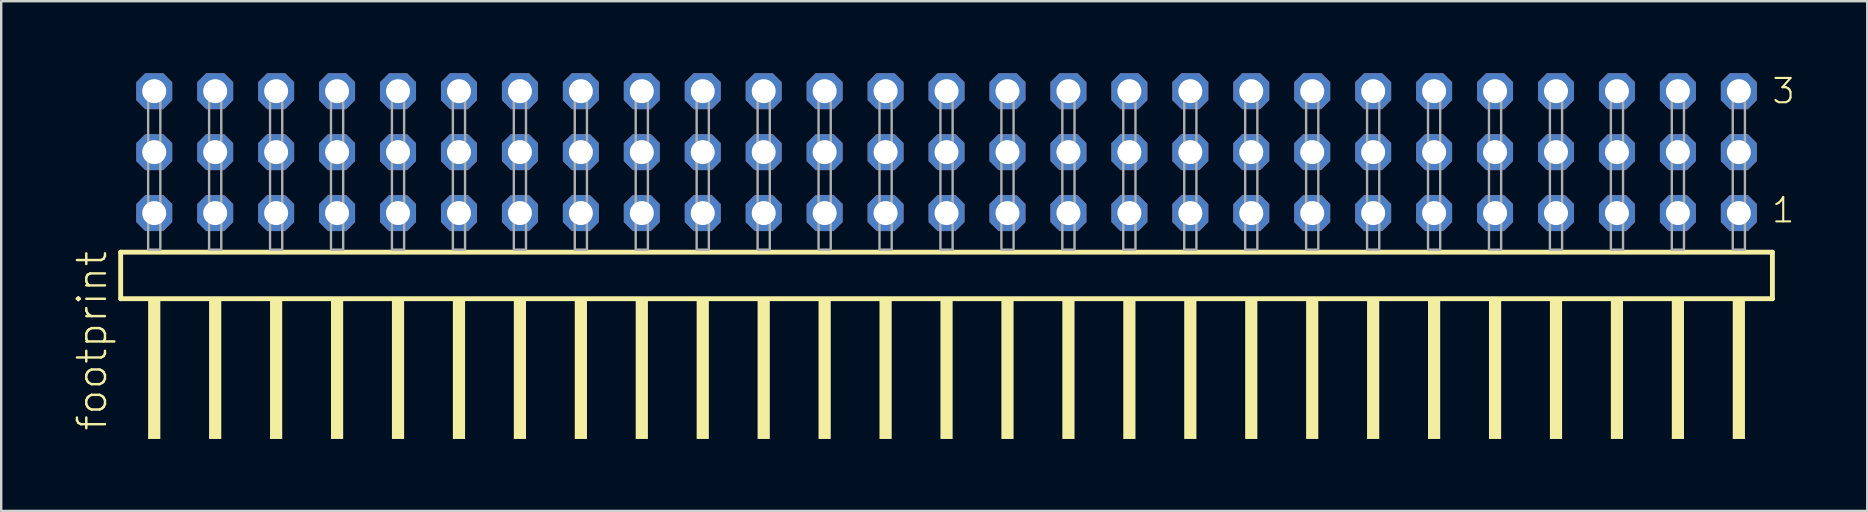
<source format=kicad_pcb>
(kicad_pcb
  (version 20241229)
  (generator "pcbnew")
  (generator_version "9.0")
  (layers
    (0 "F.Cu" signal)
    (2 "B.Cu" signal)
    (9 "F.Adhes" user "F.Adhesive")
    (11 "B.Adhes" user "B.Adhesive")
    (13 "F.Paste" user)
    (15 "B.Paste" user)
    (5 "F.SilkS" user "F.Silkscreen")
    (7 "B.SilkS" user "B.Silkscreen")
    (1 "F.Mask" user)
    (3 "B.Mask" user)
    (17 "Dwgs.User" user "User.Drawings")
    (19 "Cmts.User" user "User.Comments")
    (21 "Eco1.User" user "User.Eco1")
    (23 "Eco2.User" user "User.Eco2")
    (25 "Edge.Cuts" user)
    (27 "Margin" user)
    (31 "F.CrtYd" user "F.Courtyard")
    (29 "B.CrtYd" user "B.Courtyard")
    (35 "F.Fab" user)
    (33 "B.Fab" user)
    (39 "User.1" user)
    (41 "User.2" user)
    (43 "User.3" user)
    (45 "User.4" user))
  (footprint "footprint"
    (layer "F.Cu")
    (at 36.398 7.354)
    (property "Reference" "footprint" (at -34.925 7.62 90) (layer "F.SilkS") (effects (font (size 1.168 1.168) (thickness 0.102)) (justify left bottom)))
    (fp_line (start -34.419 0.106) (end -34.419 2.046) (stroke (width 0.203) (type solid)) (layer "F.SilkS"))
    (fp_line (start -34.419 2.046) (end 34.419 2.046) (stroke (width 0.203) (type solid)) (layer "F.SilkS"))
    (fp_line (start 34.419 0.106) (end -34.419 0.106) (stroke (width 0.203) (type solid)) (layer "F.SilkS"))
    (fp_line (start 34.419 2.046) (end 34.419 0.106) (stroke (width 0.203) (type solid)) (layer "F.SilkS"))
    (fp_poly (pts (xy -33.274 7.89) (xy -32.766 7.89) (xy -32.766 2.04) (xy -33.274 2.04)) (stroke (width 0) (type solid)) (fill yes) (layer "F.SilkS"))
    (fp_poly (pts (xy -30.734 7.89) (xy -30.226 7.89) (xy -30.226 2.04) (xy -30.734 2.04)) (stroke (width 0) (type solid)) (fill yes) (layer "F.SilkS"))
    (fp_poly (pts (xy -28.194 7.89) (xy -27.686 7.89) (xy -27.686 2.04) (xy -28.194 2.04)) (stroke (width 0) (type solid)) (fill yes) (layer "F.SilkS"))
    (fp_poly (pts (xy -25.654 7.89) (xy -25.146 7.89) (xy -25.146 2.04) (xy -25.654 2.04)) (stroke (width 0) (type solid)) (fill yes) (layer "F.SilkS"))
    (fp_poly (pts (xy -23.114 7.89) (xy -22.606 7.89) (xy -22.606 2.04) (xy -23.114 2.04)) (stroke (width 0) (type solid)) (fill yes) (layer "F.SilkS"))
    (fp_poly (pts (xy -20.574 7.89) (xy -20.066 7.89) (xy -20.066 2.04) (xy -20.574 2.04)) (stroke (width 0) (type solid)) (fill yes) (layer "F.SilkS"))
    (fp_poly (pts (xy -18.034 7.89) (xy -17.526 7.89) (xy -17.526 2.04) (xy -18.034 2.04)) (stroke (width 0) (type solid)) (fill yes) (layer "F.SilkS"))
    (fp_poly (pts (xy -15.494 7.89) (xy -14.986 7.89) (xy -14.986 2.04) (xy -15.494 2.04)) (stroke (width 0) (type solid)) (fill yes) (layer "F.SilkS"))
    (fp_poly (pts (xy -12.954 7.89) (xy -12.446 7.89) (xy -12.446 2.04) (xy -12.954 2.04)) (stroke (width 0) (type solid)) (fill yes) (layer "F.SilkS"))
    (fp_poly (pts (xy -10.414 7.89) (xy -9.906 7.89) (xy -9.906 2.04) (xy -10.414 2.04)) (stroke (width 0) (type solid)) (fill yes) (layer "F.SilkS"))
    (fp_poly (pts (xy -7.874 7.89) (xy -7.366 7.89) (xy -7.366 2.04) (xy -7.874 2.04)) (stroke (width 0) (type solid)) (fill yes) (layer "F.SilkS"))
    (fp_poly (pts (xy -5.334 7.89) (xy -4.826 7.89) (xy -4.826 2.04) (xy -5.334 2.04)) (stroke (width 0) (type solid)) (fill yes) (layer "F.SilkS"))
    (fp_poly (pts (xy -2.794 7.89) (xy -2.286 7.89) (xy -2.286 2.04) (xy -2.794 2.04)) (stroke (width 0) (type solid)) (fill yes) (layer "F.SilkS"))
    (fp_poly (pts (xy -0.254 7.89) (xy 0.254 7.89) (xy 0.254 2.04) (xy -0.254 2.04)) (stroke (width 0) (type solid)) (fill yes) (layer "F.SilkS"))
    (fp_poly (pts (xy 2.286 7.89) (xy 2.794 7.89) (xy 2.794 2.04) (xy 2.286 2.04)) (stroke (width 0) (type solid)) (fill yes) (layer "F.SilkS"))
    (fp_poly (pts (xy 4.826 7.89) (xy 5.334 7.89) (xy 5.334 2.04) (xy 4.826 2.04)) (stroke (width 0) (type solid)) (fill yes) (layer "F.SilkS"))
    (fp_poly (pts (xy 7.366 7.89) (xy 7.874 7.89) (xy 7.874 2.04) (xy 7.366 2.04)) (stroke (width 0) (type solid)) (fill yes) (layer "F.SilkS"))
    (fp_poly (pts (xy 9.906 7.89) (xy 10.414 7.89) (xy 10.414 2.04) (xy 9.906 2.04)) (stroke (width 0) (type solid)) (fill yes) (layer "F.SilkS"))
    (fp_poly (pts (xy 12.446 7.89) (xy 12.954 7.89) (xy 12.954 2.04) (xy 12.446 2.04)) (stroke (width 0) (type solid)) (fill yes) (layer "F.SilkS"))
    (fp_poly (pts (xy 14.986 7.89) (xy 15.494 7.89) (xy 15.494 2.04) (xy 14.986 2.04)) (stroke (width 0) (type solid)) (fill yes) (layer "F.SilkS"))
    (fp_poly (pts (xy 17.526 7.89) (xy 18.034 7.89) (xy 18.034 2.04) (xy 17.526 2.04)) (stroke (width 0) (type solid)) (fill yes) (layer "F.SilkS"))
    (fp_poly (pts (xy 20.066 7.89) (xy 20.574 7.89) (xy 20.574 2.04) (xy 20.066 2.04)) (stroke (width 0) (type solid)) (fill yes) (layer "F.SilkS"))
    (fp_poly (pts (xy 22.606 7.89) (xy 23.114 7.89) (xy 23.114 2.04) (xy 22.606 2.04)) (stroke (width 0) (type solid)) (fill yes) (layer "F.SilkS"))
    (fp_poly (pts (xy 25.146 7.89) (xy 25.654 7.89) (xy 25.654 2.04) (xy 25.146 2.04)) (stroke (width 0) (type solid)) (fill yes) (layer "F.SilkS"))
    (fp_poly (pts (xy 27.686 7.89) (xy 28.194 7.89) (xy 28.194 2.04) (xy 27.686 2.04)) (stroke (width 0) (type solid)) (fill yes) (layer "F.SilkS"))
    (fp_poly (pts (xy 30.226 7.89) (xy 30.734 7.89) (xy 30.734 2.04) (xy 30.226 2.04)) (stroke (width 0) (type solid)) (fill yes) (layer "F.SilkS"))
    (fp_poly (pts (xy 32.766 7.89) (xy 33.274 7.89) (xy 33.274 2.04) (xy 32.766 2.04)) (stroke (width 0) (type solid)) (fill yes) (layer "F.SilkS"))
    (fp_poly (pts (xy -33.274 0) (xy -32.766 0) (xy -32.766 -6.858) (xy -33.274 -6.858)) (stroke (width 0.1) (type solid)) (fill no) (layer "F.Fab"))
    (fp_poly (pts (xy -30.734 0) (xy -30.226 0) (xy -30.226 -6.858) (xy -30.734 -6.858)) (stroke (width 0.1) (type solid)) (fill no) (layer "F.Fab"))
    (fp_poly (pts (xy -28.194 0) (xy -27.686 0) (xy -27.686 -6.858) (xy -28.194 -6.858)) (stroke (width 0.1) (type solid)) (fill no) (layer "F.Fab"))
    (fp_poly (pts (xy -25.654 0) (xy -25.146 0) (xy -25.146 -6.858) (xy -25.654 -6.858)) (stroke (width 0.1) (type solid)) (fill no) (layer "F.Fab"))
    (fp_poly (pts (xy -23.114 0) (xy -22.606 0) (xy -22.606 -6.858) (xy -23.114 -6.858)) (stroke (width 0.1) (type solid)) (fill no) (layer "F.Fab"))
    (fp_poly (pts (xy -20.574 0) (xy -20.066 0) (xy -20.066 -6.858) (xy -20.574 -6.858)) (stroke (width 0.1) (type solid)) (fill no) (layer "F.Fab"))
    (fp_poly (pts (xy -18.034 0) (xy -17.526 0) (xy -17.526 -6.858) (xy -18.034 -6.858)) (stroke (width 0.1) (type solid)) (fill no) (layer "F.Fab"))
    (fp_poly (pts (xy -15.494 0) (xy -14.986 0) (xy -14.986 -6.858) (xy -15.494 -6.858)) (stroke (width 0.1) (type solid)) (fill no) (layer "F.Fab"))
    (fp_poly (pts (xy -12.954 0) (xy -12.446 0) (xy -12.446 -6.858) (xy -12.954 -6.858)) (stroke (width 0.1) (type solid)) (fill no) (layer "F.Fab"))
    (fp_poly (pts (xy -10.414 0) (xy -9.906 0) (xy -9.906 -6.858) (xy -10.414 -6.858)) (stroke (width 0.1) (type solid)) (fill no) (layer "F.Fab"))
    (fp_poly (pts (xy -7.874 0) (xy -7.366 0) (xy -7.366 -6.858) (xy -7.874 -6.858)) (stroke (width 0.1) (type solid)) (fill no) (layer "F.Fab"))
    (fp_poly (pts (xy -5.334 0) (xy -4.826 0) (xy -4.826 -6.858) (xy -5.334 -6.858)) (stroke (width 0.1) (type solid)) (fill no) (layer "F.Fab"))
    (fp_poly (pts (xy -2.794 0) (xy -2.286 0) (xy -2.286 -6.858) (xy -2.794 -6.858)) (stroke (width 0.1) (type solid)) (fill no) (layer "F.Fab"))
    (fp_poly (pts (xy -0.254 0) (xy 0.254 0) (xy 0.254 -6.858) (xy -0.254 -6.858)) (stroke (width 0.1) (type solid)) (fill no) (layer "F.Fab"))
    (fp_poly (pts (xy 2.286 0) (xy 2.794 0) (xy 2.794 -6.858) (xy 2.286 -6.858)) (stroke (width 0.1) (type solid)) (fill no) (layer "F.Fab"))
    (fp_poly (pts (xy 4.826 0) (xy 5.334 0) (xy 5.334 -6.858) (xy 4.826 -6.858)) (stroke (width 0.1) (type solid)) (fill no) (layer "F.Fab"))
    (fp_poly (pts (xy 7.366 0) (xy 7.874 0) (xy 7.874 -6.858) (xy 7.366 -6.858)) (stroke (width 0.1) (type solid)) (fill no) (layer "F.Fab"))
    (fp_poly (pts (xy 9.906 0) (xy 10.414 0) (xy 10.414 -6.858) (xy 9.906 -6.858)) (stroke (width 0.1) (type solid)) (fill no) (layer "F.Fab"))
    (fp_poly (pts (xy 12.446 0) (xy 12.954 0) (xy 12.954 -6.858) (xy 12.446 -6.858)) (stroke (width 0.1) (type solid)) (fill no) (layer "F.Fab"))
    (fp_poly (pts (xy 14.986 0) (xy 15.494 0) (xy 15.494 -6.858) (xy 14.986 -6.858)) (stroke (width 0.1) (type solid)) (fill no) (layer "F.Fab"))
    (fp_poly (pts (xy 17.526 0) (xy 18.034 0) (xy 18.034 -6.858) (xy 17.526 -6.858)) (stroke (width 0.1) (type solid)) (fill no) (layer "F.Fab"))
    (fp_poly (pts (xy 20.066 0) (xy 20.574 0) (xy 20.574 -6.858) (xy 20.066 -6.858)) (stroke (width 0.1) (type solid)) (fill no) (layer "F.Fab"))
    (fp_poly (pts (xy 22.606 0) (xy 23.114 0) (xy 23.114 -6.858) (xy 22.606 -6.858)) (stroke (width 0.1) (type solid)) (fill no) (layer "F.Fab"))
    (fp_poly (pts (xy 25.146 0) (xy 25.654 0) (xy 25.654 -6.858) (xy 25.146 -6.858)) (stroke (width 0.1) (type solid)) (fill no) (layer "F.Fab"))
    (fp_poly (pts (xy 27.686 0) (xy 28.194 0) (xy 28.194 -6.858) (xy 27.686 -6.858)) (stroke (width 0.1) (type solid)) (fill no) (layer "F.Fab"))
    (fp_poly (pts (xy 30.226 0) (xy 30.734 0) (xy 30.734 -6.858) (xy 30.226 -6.858)) (stroke (width 0.1) (type solid)) (fill no) (layer "F.Fab"))
    (fp_poly (pts (xy 32.766 0) (xy 33.274 0) (xy 33.274 -6.858) (xy 32.766 -6.858)) (stroke (width 0.1) (type solid)) (fill no) (layer "F.Fab"))
    (fp_text user "1" (at 34.33 -1.05 0) (layer "F.SilkS") (effects (font (size 1.012 1.012) (thickness 0.088)) (justify left bottom)))
    (fp_text user "3" (at 34.345 -6.015 0) (layer "F.SilkS") (effects (font (size 1.012 1.012) (thickness 0.088)) (justify left bottom)))
    (pad "1" thru_hole roundrect (at 33.02 -1.524 180) (size 1.5 1.5) (drill 1) (layers "*.Cu" "*.Mask") (roundrect_rratio 0.25) (chamfer_ratio 0.25) (chamfer top_left top_right bottom_left bottom_right))
    (pad "2" thru_hole roundrect (at 33.02 -4.064 180) (size 1.5 1.5) (drill 1) (layers "*.Cu" "*.Mask") (roundrect_rratio 0.25) (chamfer_ratio 0.25) (chamfer top_left top_right bottom_left bottom_right))
    (pad "3" thru_hole roundrect (at 33.02 -6.604 180) (size 1.5 1.5) (drill 1) (layers "*.Cu" "*.Mask") (roundrect_rratio 0.25) (chamfer_ratio 0.25) (chamfer top_left top_right bottom_left bottom_right))
    (pad "4" thru_hole roundrect (at 30.48 -1.524 180) (size 1.5 1.5) (drill 1) (layers "*.Cu" "*.Mask") (roundrect_rratio 0.25) (chamfer_ratio 0.25) (chamfer top_left top_right bottom_left bottom_right))
    (pad "5" thru_hole roundrect (at 30.48 -4.064 180) (size 1.5 1.5) (drill 1) (layers "*.Cu" "*.Mask") (roundrect_rratio 0.25) (chamfer_ratio 0.25) (chamfer top_left top_right bottom_left bottom_right))
    (pad "6" thru_hole roundrect (at 30.48 -6.604 180) (size 1.5 1.5) (drill 1) (layers "*.Cu" "*.Mask") (roundrect_rratio 0.25) (chamfer_ratio 0.25) (chamfer top_left top_right bottom_left bottom_right))
    (pad "7" thru_hole roundrect (at 27.94 -1.524 180) (size 1.5 1.5) (drill 1) (layers "*.Cu" "*.Mask") (roundrect_rratio 0.25) (chamfer_ratio 0.25) (chamfer top_left top_right bottom_left bottom_right))
    (pad "8" thru_hole roundrect (at 27.94 -4.064 180) (size 1.5 1.5) (drill 1) (layers "*.Cu" "*.Mask") (roundrect_rratio 0.25) (chamfer_ratio 0.25) (chamfer top_left top_right bottom_left bottom_right))
    (pad "9" thru_hole roundrect (at 27.94 -6.604 180) (size 1.5 1.5) (drill 1) (layers "*.Cu" "*.Mask") (roundrect_rratio 0.25) (chamfer_ratio 0.25) (chamfer top_left top_right bottom_left bottom_right))
    (pad "10" thru_hole roundrect (at 25.4 -1.524 180) (size 1.5 1.5) (drill 1) (layers "*.Cu" "*.Mask") (roundrect_rratio 0.25) (chamfer_ratio 0.25) (chamfer top_left top_right bottom_left bottom_right))
    (pad "11" thru_hole roundrect (at 25.4 -4.064 180) (size 1.5 1.5) (drill 1) (layers "*.Cu" "*.Mask") (roundrect_rratio 0.25) (chamfer_ratio 0.25) (chamfer top_left top_right bottom_left bottom_right))
    (pad "12" thru_hole roundrect (at 25.4 -6.604 180) (size 1.5 1.5) (drill 1) (layers "*.Cu" "*.Mask") (roundrect_rratio 0.25) (chamfer_ratio 0.25) (chamfer top_left top_right bottom_left bottom_right))
    (pad "13" thru_hole roundrect (at 22.86 -1.524 180) (size 1.5 1.5) (drill 1) (layers "*.Cu" "*.Mask") (roundrect_rratio 0.25) (chamfer_ratio 0.25) (chamfer top_left top_right bottom_left bottom_right))
    (pad "14" thru_hole roundrect (at 22.86 -4.064 180) (size 1.5 1.5) (drill 1) (layers "*.Cu" "*.Mask") (roundrect_rratio 0.25) (chamfer_ratio 0.25) (chamfer top_left top_right bottom_left bottom_right))
    (pad "15" thru_hole roundrect (at 22.86 -6.604 180) (size 1.5 1.5) (drill 1) (layers "*.Cu" "*.Mask") (roundrect_rratio 0.25) (chamfer_ratio 0.25) (chamfer top_left top_right bottom_left bottom_right))
    (pad "16" thru_hole roundrect (at 20.32 -1.524 180) (size 1.5 1.5) (drill 1) (layers "*.Cu" "*.Mask") (roundrect_rratio 0.25) (chamfer_ratio 0.25) (chamfer top_left top_right bottom_left bottom_right))
    (pad "17" thru_hole roundrect (at 20.32 -4.064 180) (size 1.5 1.5) (drill 1) (layers "*.Cu" "*.Mask") (roundrect_rratio 0.25) (chamfer_ratio 0.25) (chamfer top_left top_right bottom_left bottom_right))
    (pad "18" thru_hole roundrect (at 20.32 -6.604 180) (size 1.5 1.5) (drill 1) (layers "*.Cu" "*.Mask") (roundrect_rratio 0.25) (chamfer_ratio 0.25) (chamfer top_left top_right bottom_left bottom_right))
    (pad "19" thru_hole roundrect (at 17.78 -1.524 180) (size 1.5 1.5) (drill 1) (layers "*.Cu" "*.Mask") (roundrect_rratio 0.25) (chamfer_ratio 0.25) (chamfer top_left top_right bottom_left bottom_right))
    (pad "20" thru_hole roundrect (at 17.78 -4.064 180) (size 1.5 1.5) (drill 1) (layers "*.Cu" "*.Mask") (roundrect_rratio 0.25) (chamfer_ratio 0.25) (chamfer top_left top_right bottom_left bottom_right))
    (pad "21" thru_hole roundrect (at 17.78 -6.604 180) (size 1.5 1.5) (drill 1) (layers "*.Cu" "*.Mask") (roundrect_rratio 0.25) (chamfer_ratio 0.25) (chamfer top_left top_right bottom_left bottom_right))
    (pad "22" thru_hole roundrect (at 15.24 -1.524 180) (size 1.5 1.5) (drill 1) (layers "*.Cu" "*.Mask") (roundrect_rratio 0.25) (chamfer_ratio 0.25) (chamfer top_left top_right bottom_left bottom_right))
    (pad "23" thru_hole roundrect (at 15.24 -4.064 180) (size 1.5 1.5) (drill 1) (layers "*.Cu" "*.Mask") (roundrect_rratio 0.25) (chamfer_ratio 0.25) (chamfer top_left top_right bottom_left bottom_right))
    (pad "24" thru_hole roundrect (at 15.24 -6.604 180) (size 1.5 1.5) (drill 1) (layers "*.Cu" "*.Mask") (roundrect_rratio 0.25) (chamfer_ratio 0.25) (chamfer top_left top_right bottom_left bottom_right))
    (pad "25" thru_hole roundrect (at 12.7 -1.524 180) (size 1.5 1.5) (drill 1) (layers "*.Cu" "*.Mask") (roundrect_rratio 0.25) (chamfer_ratio 0.25) (chamfer top_left top_right bottom_left bottom_right))
    (pad "26" thru_hole roundrect (at 12.7 -4.064 180) (size 1.5 1.5) (drill 1) (layers "*.Cu" "*.Mask") (roundrect_rratio 0.25) (chamfer_ratio 0.25) (chamfer top_left top_right bottom_left bottom_right))
    (pad "27" thru_hole roundrect (at 12.7 -6.604 180) (size 1.5 1.5) (drill 1) (layers "*.Cu" "*.Mask") (roundrect_rratio 0.25) (chamfer_ratio 0.25) (chamfer top_left top_right bottom_left bottom_right))
    (pad "28" thru_hole roundrect (at 10.16 -1.524 180) (size 1.5 1.5) (drill 1) (layers "*.Cu" "*.Mask") (roundrect_rratio 0.25) (chamfer_ratio 0.25) (chamfer top_left top_right bottom_left bottom_right))
    (pad "29" thru_hole roundrect (at 10.16 -4.064 180) (size 1.5 1.5) (drill 1) (layers "*.Cu" "*.Mask") (roundrect_rratio 0.25) (chamfer_ratio 0.25) (chamfer top_left top_right bottom_left bottom_right))
    (pad "30" thru_hole roundrect (at 10.16 -6.604 180) (size 1.5 1.5) (drill 1) (layers "*.Cu" "*.Mask") (roundrect_rratio 0.25) (chamfer_ratio 0.25) (chamfer top_left top_right bottom_left bottom_right))
    (pad "31" thru_hole roundrect (at 7.62 -1.524 180) (size 1.5 1.5) (drill 1) (layers "*.Cu" "*.Mask") (roundrect_rratio 0.25) (chamfer_ratio 0.25) (chamfer top_left top_right bottom_left bottom_right))
    (pad "32" thru_hole roundrect (at 7.62 -4.064 180) (size 1.5 1.5) (drill 1) (layers "*.Cu" "*.Mask") (roundrect_rratio 0.25) (chamfer_ratio 0.25) (chamfer top_left top_right bottom_left bottom_right))
    (pad "33" thru_hole roundrect (at 7.62 -6.604 180) (size 1.5 1.5) (drill 1) (layers "*.Cu" "*.Mask") (roundrect_rratio 0.25) (chamfer_ratio 0.25) (chamfer top_left top_right bottom_left bottom_right))
    (pad "34" thru_hole roundrect (at 5.08 -1.524 180) (size 1.5 1.5) (drill 1) (layers "*.Cu" "*.Mask") (roundrect_rratio 0.25) (chamfer_ratio 0.25) (chamfer top_left top_right bottom_left bottom_right))
    (pad "35" thru_hole roundrect (at 5.08 -4.064 180) (size 1.5 1.5) (drill 1) (layers "*.Cu" "*.Mask") (roundrect_rratio 0.25) (chamfer_ratio 0.25) (chamfer top_left top_right bottom_left bottom_right))
    (pad "36" thru_hole roundrect (at 5.08 -6.604 180) (size 1.5 1.5) (drill 1) (layers "*.Cu" "*.Mask") (roundrect_rratio 0.25) (chamfer_ratio 0.25) (chamfer top_left top_right bottom_left bottom_right))
    (pad "37" thru_hole roundrect (at 2.54 -1.524 180) (size 1.5 1.5) (drill 1) (layers "*.Cu" "*.Mask") (roundrect_rratio 0.25) (chamfer_ratio 0.25) (chamfer top_left top_right bottom_left bottom_right))
    (pad "38" thru_hole roundrect (at 2.54 -4.064 180) (size 1.5 1.5) (drill 1) (layers "*.Cu" "*.Mask") (roundrect_rratio 0.25) (chamfer_ratio 0.25) (chamfer top_left top_right bottom_left bottom_right))
    (pad "39" thru_hole roundrect (at 2.54 -6.604 180) (size 1.5 1.5) (drill 1) (layers "*.Cu" "*.Mask") (roundrect_rratio 0.25) (chamfer_ratio 0.25) (chamfer top_left top_right bottom_left bottom_right))
    (pad "40" thru_hole roundrect (at 0 -1.524 180) (size 1.5 1.5) (drill 1) (layers "*.Cu" "*.Mask") (roundrect_rratio 0.25) (chamfer_ratio 0.25) (chamfer top_left top_right bottom_left bottom_right))
    (pad "41" thru_hole roundrect (at 0 -4.064 180) (size 1.5 1.5) (drill 1) (layers "*.Cu" "*.Mask") (roundrect_rratio 0.25) (chamfer_ratio 0.25) (chamfer top_left top_right bottom_left bottom_right))
    (pad "42" thru_hole roundrect (at 0 -6.604 180) (size 1.5 1.5) (drill 1) (layers "*.Cu" "*.Mask") (roundrect_rratio 0.25) (chamfer_ratio 0.25) (chamfer top_left top_right bottom_left bottom_right))
    (pad "43" thru_hole roundrect (at -2.54 -1.524 180) (size 1.5 1.5) (drill 1) (layers "*.Cu" "*.Mask") (roundrect_rratio 0.25) (chamfer_ratio 0.25) (chamfer top_left top_right bottom_left bottom_right))
    (pad "44" thru_hole roundrect (at -2.54 -4.064 180) (size 1.5 1.5) (drill 1) (layers "*.Cu" "*.Mask") (roundrect_rratio 0.25) (chamfer_ratio 0.25) (chamfer top_left top_right bottom_left bottom_right))
    (pad "45" thru_hole roundrect (at -2.54 -6.604 180) (size 1.5 1.5) (drill 1) (layers "*.Cu" "*.Mask") (roundrect_rratio 0.25) (chamfer_ratio 0.25) (chamfer top_left top_right bottom_left bottom_right))
    (pad "46" thru_hole roundrect (at -5.08 -1.524 180) (size 1.5 1.5) (drill 1) (layers "*.Cu" "*.Mask") (roundrect_rratio 0.25) (chamfer_ratio 0.25) (chamfer top_left top_right bottom_left bottom_right))
    (pad "47" thru_hole roundrect (at -5.08 -4.064 180) (size 1.5 1.5) (drill 1) (layers "*.Cu" "*.Mask") (roundrect_rratio 0.25) (chamfer_ratio 0.25) (chamfer top_left top_right bottom_left bottom_right))
    (pad "48" thru_hole roundrect (at -5.08 -6.604 180) (size 1.5 1.5) (drill 1) (layers "*.Cu" "*.Mask") (roundrect_rratio 0.25) (chamfer_ratio 0.25) (chamfer top_left top_right bottom_left bottom_right))
    (pad "49" thru_hole roundrect (at -7.62 -1.524 180) (size 1.5 1.5) (drill 1) (layers "*.Cu" "*.Mask") (roundrect_rratio 0.25) (chamfer_ratio 0.25) (chamfer top_left top_right bottom_left bottom_right))
    (pad "50" thru_hole roundrect (at -7.62 -4.064 180) (size 1.5 1.5) (drill 1) (layers "*.Cu" "*.Mask") (roundrect_rratio 0.25) (chamfer_ratio 0.25) (chamfer top_left top_right bottom_left bottom_right))
    (pad "51" thru_hole roundrect (at -7.62 -6.604 180) (size 1.5 1.5) (drill 1) (layers "*.Cu" "*.Mask") (roundrect_rratio 0.25) (chamfer_ratio 0.25) (chamfer top_left top_right bottom_left bottom_right))
    (pad "52" thru_hole roundrect (at -10.16 -1.524 180) (size 1.5 1.5) (drill 1) (layers "*.Cu" "*.Mask") (roundrect_rratio 0.25) (chamfer_ratio 0.25) (chamfer top_left top_right bottom_left bottom_right))
    (pad "53" thru_hole roundrect (at -10.16 -4.064 180) (size 1.5 1.5) (drill 1) (layers "*.Cu" "*.Mask") (roundrect_rratio 0.25) (chamfer_ratio 0.25) (chamfer top_left top_right bottom_left bottom_right))
    (pad "54" thru_hole roundrect (at -10.16 -6.604 180) (size 1.5 1.5) (drill 1) (layers "*.Cu" "*.Mask") (roundrect_rratio 0.25) (chamfer_ratio 0.25) (chamfer top_left top_right bottom_left bottom_right))
    (pad "55" thru_hole roundrect (at -12.7 -1.524 180) (size 1.5 1.5) (drill 1) (layers "*.Cu" "*.Mask") (roundrect_rratio 0.25) (chamfer_ratio 0.25) (chamfer top_left top_right bottom_left bottom_right))
    (pad "56" thru_hole roundrect (at -12.7 -4.064 180) (size 1.5 1.5) (drill 1) (layers "*.Cu" "*.Mask") (roundrect_rratio 0.25) (chamfer_ratio 0.25) (chamfer top_left top_right bottom_left bottom_right))
    (pad "57" thru_hole roundrect (at -12.7 -6.604 180) (size 1.5 1.5) (drill 1) (layers "*.Cu" "*.Mask") (roundrect_rratio 0.25) (chamfer_ratio 0.25) (chamfer top_left top_right bottom_left bottom_right))
    (pad "58" thru_hole roundrect (at -15.24 -1.524 180) (size 1.5 1.5) (drill 1) (layers "*.Cu" "*.Mask") (roundrect_rratio 0.25) (chamfer_ratio 0.25) (chamfer top_left top_right bottom_left bottom_right))
    (pad "59" thru_hole roundrect (at -15.24 -4.064 180) (size 1.5 1.5) (drill 1) (layers "*.Cu" "*.Mask") (roundrect_rratio 0.25) (chamfer_ratio 0.25) (chamfer top_left top_right bottom_left bottom_right))
    (pad "60" thru_hole roundrect (at -15.24 -6.604 180) (size 1.5 1.5) (drill 1) (layers "*.Cu" "*.Mask") (roundrect_rratio 0.25) (chamfer_ratio 0.25) (chamfer top_left top_right bottom_left bottom_right))
    (pad "61" thru_hole roundrect (at -17.78 -1.524 180) (size 1.5 1.5) (drill 1) (layers "*.Cu" "*.Mask") (roundrect_rratio 0.25) (chamfer_ratio 0.25) (chamfer top_left top_right bottom_left bottom_right))
    (pad "62" thru_hole roundrect (at -17.78 -4.064 180) (size 1.5 1.5) (drill 1) (layers "*.Cu" "*.Mask") (roundrect_rratio 0.25) (chamfer_ratio 0.25) (chamfer top_left top_right bottom_left bottom_right))
    (pad "63" thru_hole roundrect (at -17.78 -6.604 180) (size 1.5 1.5) (drill 1) (layers "*.Cu" "*.Mask") (roundrect_rratio 0.25) (chamfer_ratio 0.25) (chamfer top_left top_right bottom_left bottom_right))
    (pad "64" thru_hole roundrect (at -20.32 -1.524 180) (size 1.5 1.5) (drill 1) (layers "*.Cu" "*.Mask") (roundrect_rratio 0.25) (chamfer_ratio 0.25) (chamfer top_left top_right bottom_left bottom_right))
    (pad "65" thru_hole roundrect (at -20.32 -4.064 180) (size 1.5 1.5) (drill 1) (layers "*.Cu" "*.Mask") (roundrect_rratio 0.25) (chamfer_ratio 0.25) (chamfer top_left top_right bottom_left bottom_right))
    (pad "66" thru_hole roundrect (at -20.32 -6.604 180) (size 1.5 1.5) (drill 1) (layers "*.Cu" "*.Mask") (roundrect_rratio 0.25) (chamfer_ratio 0.25) (chamfer top_left top_right bottom_left bottom_right))
    (pad "67" thru_hole roundrect (at -22.86 -1.524 180) (size 1.5 1.5) (drill 1) (layers "*.Cu" "*.Mask") (roundrect_rratio 0.25) (chamfer_ratio 0.25) (chamfer top_left top_right bottom_left bottom_right))
    (pad "68" thru_hole roundrect (at -22.86 -4.064 180) (size 1.5 1.5) (drill 1) (layers "*.Cu" "*.Mask") (roundrect_rratio 0.25) (chamfer_ratio 0.25) (chamfer top_left top_right bottom_left bottom_right))
    (pad "69" thru_hole roundrect (at -22.86 -6.604 180) (size 1.5 1.5) (drill 1) (layers "*.Cu" "*.Mask") (roundrect_rratio 0.25) (chamfer_ratio 0.25) (chamfer top_left top_right bottom_left bottom_right))
    (pad "70" thru_hole roundrect (at -25.4 -1.524 180) (size 1.5 1.5) (drill 1) (layers "*.Cu" "*.Mask") (roundrect_rratio 0.25) (chamfer_ratio 0.25) (chamfer top_left top_right bottom_left bottom_right))
    (pad "71" thru_hole roundrect (at -25.4 -4.064 180) (size 1.5 1.5) (drill 1) (layers "*.Cu" "*.Mask") (roundrect_rratio 0.25) (chamfer_ratio 0.25) (chamfer top_left top_right bottom_left bottom_right))
    (pad "72" thru_hole roundrect (at -25.4 -6.604 180) (size 1.5 1.5) (drill 1) (layers "*.Cu" "*.Mask") (roundrect_rratio 0.25) (chamfer_ratio 0.25) (chamfer top_left top_right bottom_left bottom_right))
    (pad "73" thru_hole roundrect (at -27.94 -1.524 180) (size 1.5 1.5) (drill 1) (layers "*.Cu" "*.Mask") (roundrect_rratio 0.25) (chamfer_ratio 0.25) (chamfer top_left top_right bottom_left bottom_right))
    (pad "74" thru_hole roundrect (at -27.94 -4.064 180) (size 1.5 1.5) (drill 1) (layers "*.Cu" "*.Mask") (roundrect_rratio 0.25) (chamfer_ratio 0.25) (chamfer top_left top_right bottom_left bottom_right))
    (pad "75" thru_hole roundrect (at -27.94 -6.604 180) (size 1.5 1.5) (drill 1) (layers "*.Cu" "*.Mask") (roundrect_rratio 0.25) (chamfer_ratio 0.25) (chamfer top_left top_right bottom_left bottom_right))
    (pad "76" thru_hole roundrect (at -30.48 -1.524 180) (size 1.5 1.5) (drill 1) (layers "*.Cu" "*.Mask") (roundrect_rratio 0.25) (chamfer_ratio 0.25) (chamfer top_left top_right bottom_left bottom_right))
    (pad "77" thru_hole roundrect (at -30.48 -4.064 180) (size 1.5 1.5) (drill 1) (layers "*.Cu" "*.Mask") (roundrect_rratio 0.25) (chamfer_ratio 0.25) (chamfer top_left top_right bottom_left bottom_right))
    (pad "78" thru_hole roundrect (at -30.48 -6.604 180) (size 1.5 1.5) (drill 1) (layers "*.Cu" "*.Mask") (roundrect_rratio 0.25) (chamfer_ratio 0.25) (chamfer top_left top_right bottom_left bottom_right))
    (pad "79" thru_hole roundrect (at -33.02 -1.524 180) (size 1.5 1.5) (drill 1) (layers "*.Cu" "*.Mask") (roundrect_rratio 0.25) (chamfer_ratio 0.25) (chamfer top_left top_right bottom_left bottom_right))
    (pad "80" thru_hole roundrect (at -33.02 -4.064 180) (size 1.5 1.5) (drill 1) (layers "*.Cu" "*.Mask") (roundrect_rratio 0.25) (chamfer_ratio 0.25) (chamfer top_left top_right bottom_left bottom_right))
    (pad "81" thru_hole roundrect (at -33.02 -6.604 180) (size 1.5 1.5) (drill 1) (layers "*.Cu" "*.Mask") (roundrect_rratio 0.25) (chamfer_ratio 0.25) (chamfer top_left top_right bottom_left bottom_right)))
  (gr_rect
    (start -3 -3)
    (end 74.769 18.244)
    (stroke (width 0.1) (type default))
    (fill no)
    (layer "Edge.Cuts")))
</source>
